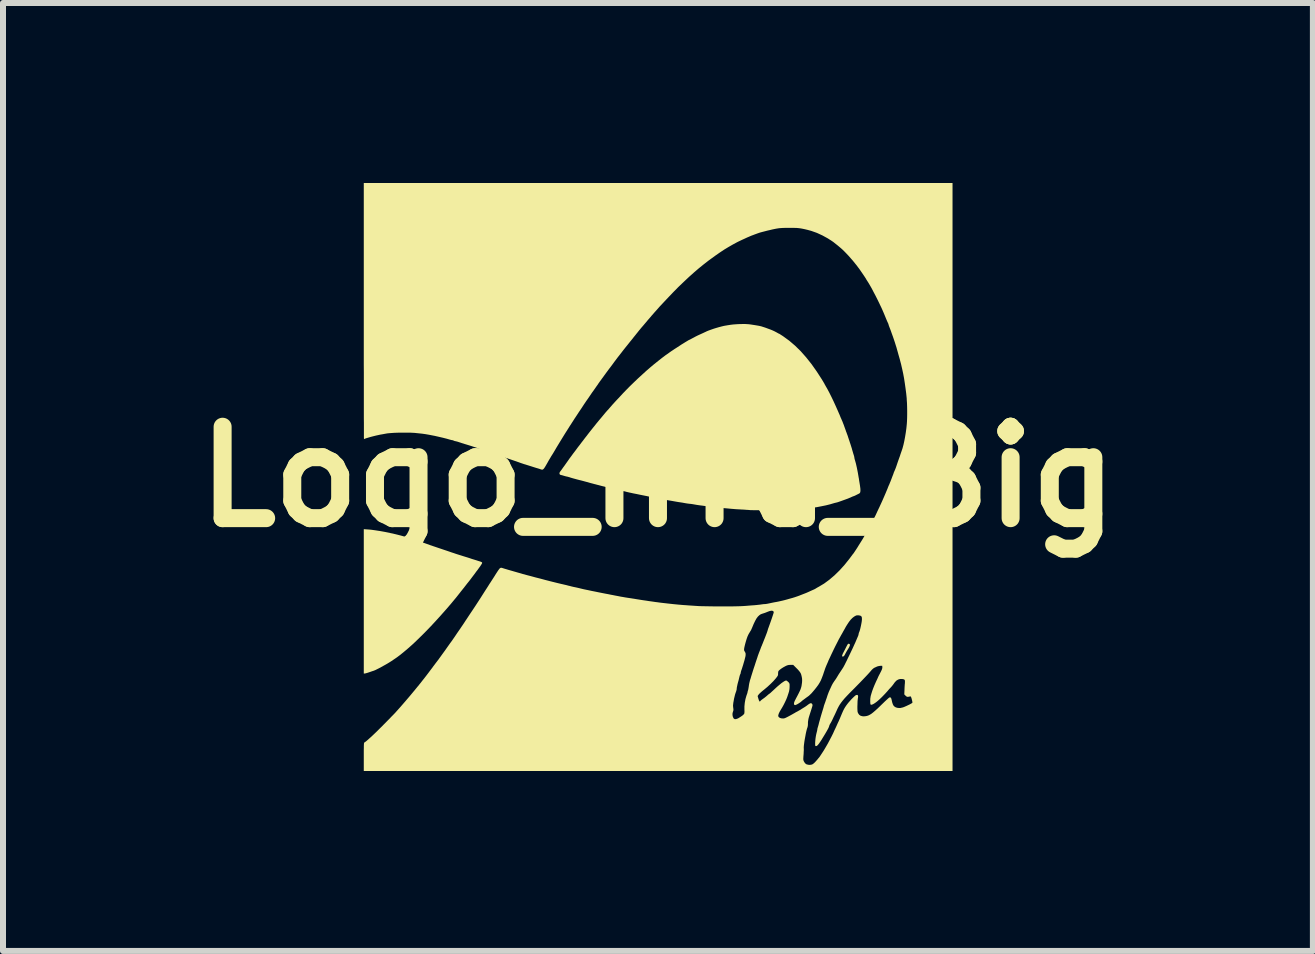
<source format=kicad_pcb>
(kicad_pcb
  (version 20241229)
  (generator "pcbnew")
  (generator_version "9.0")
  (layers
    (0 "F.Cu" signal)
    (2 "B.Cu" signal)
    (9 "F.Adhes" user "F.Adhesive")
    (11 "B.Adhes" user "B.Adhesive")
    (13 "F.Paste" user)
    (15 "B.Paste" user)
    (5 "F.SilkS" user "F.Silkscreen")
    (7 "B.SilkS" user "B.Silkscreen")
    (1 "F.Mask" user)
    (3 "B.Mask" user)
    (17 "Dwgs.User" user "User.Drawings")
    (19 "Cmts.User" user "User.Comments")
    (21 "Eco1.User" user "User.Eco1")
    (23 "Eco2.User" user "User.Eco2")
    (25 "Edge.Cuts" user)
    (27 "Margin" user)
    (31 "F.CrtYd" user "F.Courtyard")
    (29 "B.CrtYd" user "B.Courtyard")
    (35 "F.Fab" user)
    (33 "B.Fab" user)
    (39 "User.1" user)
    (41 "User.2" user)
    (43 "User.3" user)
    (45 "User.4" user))
  (footprint "Logo_Irfu_Big"
    (layer "F.Cu")
    (at 7.918 4.898)
    (property "Reference" "Logo_Irfu_Big" (at 0 0 0) (layer "F.SilkS") (effects (font (size 1.524 1.524) (thickness 0.3))))
    (attr board_only exclude_from_pos_files exclude_from_bom)
    (fp_poly (pts (xy 3.182 2.783) (xy 3.195 2.788) (xy 3.2 2.799) (xy 3.197 2.817) (xy 3.186 2.842) (xy 3.166 2.876) (xy 3.159 2.886) (xy 3.145 2.909) (xy 3.132 2.933) (xy 3.123 2.949) (xy 3.109 2.976) (xy 3.095 2.992) (xy 3.082 2.997) (xy 3.08 2.997) (xy 3.071 2.993) (xy 3.069 2.984) (xy 3.072 2.972) (xy 3.079 2.953) (xy 3.089 2.932) (xy 3.09 2.931) (xy 3.102 2.908) (xy 3.117 2.879) (xy 3.132 2.849) (xy 3.138 2.837) (xy 3.151 2.812) (xy 3.16 2.796) (xy 3.167 2.787) (xy 3.174 2.783) (xy 3.181 2.783)) (stroke (width 0) (type solid)) (fill yes) (layer "F.SilkS"))
    (fp_poly (pts (xy -4.845 0.877) (xy -4.783 0.882) (xy -4.711 0.892) (xy -4.633 0.904) (xy -4.55 0.919) (xy -4.465 0.937) (xy -4.379 0.956) (xy -4.295 0.977) (xy -4.216 0.999) (xy -4.148 1.019) (xy -4.117 1.029) (xy -4.083 1.04) (xy -4.052 1.05) (xy -4.049 1.051) (xy -4.025 1.059) (xy -3.993 1.07) (xy -3.958 1.082) (xy -3.924 1.094) (xy -3.924 1.094) (xy -3.889 1.106) (xy -3.853 1.119) (xy -3.82 1.13) (xy -3.795 1.14) (xy -3.776 1.146) (xy -3.748 1.156) (xy -3.712 1.168) (xy -3.671 1.182) (xy -3.626 1.197) (xy -3.579 1.213) (xy -3.567 1.217) (xy -3.522 1.232) (xy -3.481 1.246) (xy -3.444 1.259) (xy -3.413 1.269) (xy -3.389 1.277) (xy -3.375 1.282) (xy -3.372 1.283) (xy -3.36 1.287) (xy -3.338 1.294) (xy -3.309 1.303) (xy -3.274 1.314) (xy -3.236 1.326) (xy -3.197 1.338) (xy -3.168 1.347) (xy -3.146 1.354) (xy -3.125 1.361) (xy -3.117 1.364) (xy -3.099 1.37) (xy -3.076 1.377) (xy -3.066 1.38) (xy -3.024 1.393) (xy -2.991 1.404) (xy -2.967 1.411) (xy -2.951 1.417) (xy -2.94 1.422) (xy -2.935 1.426) (xy -2.932 1.429) (xy -2.931 1.434) (xy -2.931 1.436) (xy -2.935 1.447) (xy -2.946 1.465) (xy -2.963 1.491) (xy -2.985 1.521) (xy -2.99 1.528) (xy -3.01 1.556) (xy -3.029 1.58) (xy -3.044 1.601) (xy -3.054 1.615) (xy -3.057 1.619) (xy -3.07 1.636) (xy -3.089 1.661) (xy -3.113 1.693) (xy -3.142 1.731) (xy -3.175 1.772) (xy -3.21 1.817) (xy -3.246 1.863) (xy -3.283 1.909) (xy -3.319 1.955) (xy -3.353 1.998) (xy -3.385 2.037) (xy -3.414 2.072) (xy -3.437 2.1) (xy -3.441 2.105) (xy -3.525 2.203) (xy -3.611 2.3) (xy -3.697 2.395) (xy -3.783 2.488) (xy -3.868 2.576) (xy -3.951 2.659) (xy -4.03 2.736) (xy -4.105 2.806) (xy -4.174 2.867) (xy -4.206 2.894) (xy -4.243 2.925) (xy -4.274 2.95) (xy -4.3 2.971) (xy -4.324 2.989) (xy -4.348 3.007) (xy -4.374 3.025) (xy -4.405 3.046) (xy -4.443 3.072) (xy -4.445 3.073) (xy -4.47 3.089) (xy -4.501 3.108) (xy -4.537 3.129) (xy -4.575 3.15) (xy -4.613 3.171) (xy -4.65 3.191) (xy -4.684 3.208) (xy -4.712 3.222) (xy -4.732 3.23) (xy -4.739 3.233) (xy -4.749 3.236) (xy -4.768 3.242) (xy -4.793 3.251) (xy -4.814 3.258) (xy -4.841 3.267) (xy -4.865 3.274) (xy -4.882 3.278) (xy -4.89 3.279) (xy -4.904 3.279) (xy -4.904 0.873)) (stroke (width 0) (type solid)) (fill yes) (layer "F.SilkS"))
    (fp_poly (pts (xy 1.454 -2.547) (xy 1.485 -2.545) (xy 1.515 -2.543) (xy 1.546 -2.539) (xy 1.565 -2.536) (xy 1.611 -2.529) (xy 1.648 -2.523) (xy 1.676 -2.518) (xy 1.697 -2.514) (xy 1.713 -2.51) (xy 1.726 -2.507) (xy 1.728 -2.506) (xy 1.787 -2.487) (xy 1.836 -2.469) (xy 1.877 -2.454) (xy 1.911 -2.44) (xy 1.941 -2.426) (xy 1.968 -2.412) (xy 1.979 -2.406) (xy 1.997 -2.396) (xy 2.011 -2.388) (xy 2.017 -2.386) (xy 2.024 -2.383) (xy 2.038 -2.374) (xy 2.058 -2.361) (xy 2.083 -2.345) (xy 2.09 -2.34) (xy 2.189 -2.268) (xy 2.285 -2.186) (xy 2.379 -2.094) (xy 2.47 -1.991) (xy 2.56 -1.878) (xy 2.648 -1.753) (xy 2.736 -1.617) (xy 2.736 -1.616) (xy 2.751 -1.592) (xy 2.763 -1.571) (xy 2.772 -1.556) (xy 2.776 -1.549) (xy 2.776 -1.549) (xy 2.778 -1.543) (xy 2.786 -1.53) (xy 2.794 -1.515) (xy 2.824 -1.463) (xy 2.857 -1.401) (xy 2.892 -1.331) (xy 2.928 -1.256) (xy 2.964 -1.177) (xy 3 -1.096) (xy 3.015 -1.061) (xy 3.028 -1.032) (xy 3.039 -1.004) (xy 3.048 -0.982) (xy 3.055 -0.968) (xy 3.055 -0.967) (xy 3.064 -0.946) (xy 3.072 -0.928) (xy 3.078 -0.914) (xy 3.086 -0.892) (xy 3.097 -0.865) (xy 3.107 -0.836) (xy 3.117 -0.809) (xy 3.125 -0.786) (xy 3.13 -0.773) (xy 3.134 -0.759) (xy 3.142 -0.74) (xy 3.147 -0.725) (xy 3.156 -0.701) (xy 3.165 -0.677) (xy 3.168 -0.665) (xy 3.174 -0.648) (xy 3.182 -0.623) (xy 3.192 -0.595) (xy 3.197 -0.578) (xy 3.208 -0.546) (xy 3.22 -0.508) (xy 3.232 -0.47) (xy 3.237 -0.45) (xy 3.246 -0.42) (xy 3.254 -0.392) (xy 3.261 -0.37) (xy 3.265 -0.358) (xy 3.27 -0.34) (xy 3.273 -0.325) (xy 3.273 -0.323) (xy 3.275 -0.31) (xy 3.279 -0.291) (xy 3.282 -0.283) (xy 3.299 -0.223) (xy 3.315 -0.153) (xy 3.331 -0.072) (xy 3.346 0.016) (xy 3.348 0.024) (xy 3.353 0.06) (xy 3.359 0.096) (xy 3.364 0.127) (xy 3.368 0.151) (xy 3.369 0.16) (xy 3.374 0.199) (xy 3.375 0.232) (xy 3.372 0.256) (xy 3.365 0.27) (xy 3.365 0.271) (xy 3.356 0.277) (xy 3.34 0.286) (xy 3.319 0.296) (xy 3.298 0.307) (xy 3.279 0.316) (xy 3.264 0.322) (xy 3.258 0.324) (xy 3.251 0.326) (xy 3.237 0.332) (xy 3.217 0.341) (xy 3.214 0.343) (xy 3.194 0.351) (xy 3.166 0.363) (xy 3.133 0.375) (xy 3.097 0.388) (xy 3.061 0.401) (xy 3.027 0.413) (xy 2.998 0.423) (xy 2.976 0.429) (xy 2.967 0.431) (xy 2.946 0.436) (xy 2.925 0.442) (xy 2.867 0.459) (xy 2.799 0.476) (xy 2.725 0.491) (xy 2.647 0.506) (xy 2.568 0.518) (xy 2.543 0.522) (xy 2.513 0.526) (xy 2.484 0.529) (xy 2.456 0.533) (xy 2.426 0.536) (xy 2.392 0.539) (xy 2.352 0.543) (xy 2.304 0.547) (xy 2.247 0.551) (xy 2.245 0.551) (xy 2.229 0.552) (xy 2.203 0.553) (xy 2.169 0.554) (xy 2.127 0.555) (xy 2.08 0.555) (xy 2.028 0.556) (xy 1.973 0.556) (xy 1.916 0.557) (xy 1.859 0.557) (xy 1.802 0.557) (xy 1.747 0.557) (xy 1.696 0.557) (xy 1.649 0.557) (xy 1.609 0.557) (xy 1.575 0.556) (xy 1.55 0.556) (xy 1.535 0.555) (xy 1.532 0.555) (xy 1.524 0.554) (xy 1.506 0.552) (xy 1.481 0.551) (xy 1.448 0.548) (xy 1.412 0.546) (xy 1.403 0.546) (xy 1.36 0.543) (xy 1.317 0.541) (xy 1.277 0.538) (xy 1.242 0.535) (xy 1.217 0.533) (xy 1.145 0.526) (xy 1.085 0.521) (xy 1.034 0.516) (xy 0.993 0.512) (xy 0.96 0.509) (xy 0.934 0.506) (xy 0.915 0.504) (xy 0.901 0.502) (xy 0.892 0.501) (xy 0.887 0.5) (xy 0.875 0.498) (xy 0.855 0.496) (xy 0.828 0.492) (xy 0.8 0.489) (xy 0.742 0.481) (xy 0.693 0.475) (xy 0.652 0.469) (xy 0.617 0.463) (xy 0.589 0.458) (xy 0.564 0.454) (xy 0.542 0.451) (xy 0.526 0.45) (xy 0.526 0.45) (xy 0.511 0.448) (xy 0.488 0.445) (xy 0.463 0.441) (xy 0.462 0.441) (xy 0.435 0.436) (xy 0.402 0.43) (xy 0.368 0.425) (xy 0.354 0.423) (xy 0.317 0.417) (xy 0.272 0.409) (xy 0.222 0.4) (xy 0.172 0.392) (xy 0.125 0.383) (xy 0.093 0.377) (xy 0.068 0.372) (xy 0.043 0.368) (xy 0.03 0.365) (xy 0.01 0.362) (xy -0.016 0.357) (xy -0.042 0.351) (xy -0.065 0.347) (xy -0.089 0.342) (xy -0.116 0.336) (xy -0.147 0.33) (xy -0.184 0.322) (xy -0.229 0.313) (xy -0.284 0.302) (xy -0.294 0.3) (xy -0.356 0.287) (xy -0.408 0.277) (xy -0.449 0.268) (xy -0.482 0.261) (xy -0.507 0.255) (xy -0.525 0.251) (xy -0.538 0.247) (xy -0.543 0.246) (xy -0.561 0.241) (xy -0.574 0.24) (xy -0.589 0.238) (xy -0.608 0.233) (xy -0.617 0.231) (xy -0.631 0.227) (xy -0.655 0.221) (xy -0.686 0.213) (xy -0.721 0.205) (xy -0.76 0.196) (xy -0.764 0.194) (xy -0.804 0.185) (xy -0.843 0.176) (xy -0.879 0.167) (xy -0.908 0.16) (xy -0.929 0.155) (xy -0.929 0.155) (xy -0.956 0.148) (xy -0.989 0.139) (xy -1.022 0.131) (xy -1.031 0.128) (xy -1.06 0.121) (xy -1.089 0.113) (xy -1.112 0.107) (xy -1.12 0.105) (xy -1.145 0.098) (xy -1.171 0.09) (xy -1.199 0.083) (xy -1.232 0.074) (xy -1.273 0.063) (xy -1.31 0.054) (xy -1.36 0.041) (xy -1.4 0.03) (xy -1.432 0.021) (xy -1.459 0.013) (xy -1.482 0.005) (xy -1.484 0.005) (xy -1.501 -0.000214) (xy -1.523 -0.005) (xy -1.529 -0.006) (xy -1.552 -0.012) (xy -1.575 -0.019) (xy -1.58 -0.02) (xy -1.598 -0.026) (xy -1.613 -0.029) (xy -1.616 -0.03) (xy -1.632 -0.035) (xy -1.641 -0.047) (xy -1.642 -0.064) (xy -1.635 -0.081) (xy -1.634 -0.082) (xy -1.628 -0.09) (xy -1.616 -0.106) (xy -1.6 -0.128) (xy -1.582 -0.154) (xy -1.561 -0.182) (xy -1.54 -0.212) (xy -1.521 -0.239) (xy -1.503 -0.264) (xy -1.489 -0.284) (xy -1.483 -0.293) (xy -1.474 -0.306) (xy -1.458 -0.327) (xy -1.438 -0.354) (xy -1.415 -0.386) (xy -1.388 -0.421) (xy -1.361 -0.457) (xy -1.334 -0.494) (xy -1.307 -0.528) (xy -1.283 -0.56) (xy -1.263 -0.587) (xy -1.262 -0.587) (xy -1.243 -0.612) (xy -1.222 -0.64) (xy -1.201 -0.667) (xy -1.199 -0.669) (xy -1.174 -0.702) (xy -1.146 -0.738) (xy -1.116 -0.776) (xy -1.085 -0.815) (xy -1.054 -0.853) (xy -1.026 -0.889) (xy -1 -0.92) (xy -0.979 -0.946) (xy -0.964 -0.964) (xy -0.96 -0.968) (xy -0.95 -0.98) (xy -0.934 -0.999) (xy -0.916 -1.021) (xy -0.9 -1.04) (xy -0.882 -1.062) (xy -0.866 -1.081) (xy -0.854 -1.094) (xy -0.849 -1.1) (xy -0.843 -1.107) (xy -0.83 -1.12) (xy -0.813 -1.14) (xy -0.793 -1.163) (xy -0.783 -1.174) (xy -0.761 -1.2) (xy -0.739 -1.224) (xy -0.721 -1.244) (xy -0.708 -1.258) (xy -0.705 -1.261) (xy -0.696 -1.271) (xy -0.68 -1.288) (xy -0.658 -1.311) (xy -0.633 -1.338) (xy -0.605 -1.368) (xy -0.586 -1.389) (xy -0.532 -1.445) (xy -0.471 -1.507) (xy -0.404 -1.572) (xy -0.335 -1.638) (xy -0.264 -1.703) (xy -0.195 -1.766) (xy -0.128 -1.824) (xy -0.067 -1.875) (xy -0.054 -1.885) (xy -0.021 -1.912) (xy 0.013 -1.939) (xy 0.047 -1.966) (xy 0.078 -1.99) (xy 0.105 -2.01) (xy 0.124 -2.025) (xy 0.129 -2.028) (xy 0.146 -2.04) (xy 0.168 -2.055) (xy 0.191 -2.072) (xy 0.195 -2.075) (xy 0.218 -2.091) (xy 0.248 -2.111) (xy 0.281 -2.133) (xy 0.317 -2.156) (xy 0.354 -2.18) (xy 0.39 -2.204) (xy 0.426 -2.226) (xy 0.458 -2.246) (xy 0.485 -2.262) (xy 0.506 -2.275) (xy 0.52 -2.282) (xy 0.525 -2.284) (xy 0.531 -2.287) (xy 0.545 -2.294) (xy 0.565 -2.305) (xy 0.59 -2.318) (xy 0.592 -2.319) (xy 0.625 -2.337) (xy 0.663 -2.356) (xy 0.7 -2.373) (xy 0.72 -2.382) (xy 0.746 -2.394) (xy 0.768 -2.404) (xy 0.784 -2.412) (xy 0.792 -2.415) (xy 0.814 -2.426) (xy 0.846 -2.439) (xy 0.885 -2.453) (xy 0.928 -2.468) (xy 0.973 -2.482) (xy 1.018 -2.495) (xy 1.06 -2.506) (xy 1.097 -2.515) (xy 1.113 -2.518) (xy 1.166 -2.527) (xy 1.211 -2.534) (xy 1.252 -2.539) (xy 1.293 -2.542) (xy 1.336 -2.545) (xy 1.373 -2.546) (xy 1.418 -2.547)) (stroke (width 0) (type solid)) (fill yes) (layer "F.SilkS"))
    (fp_poly (pts (xy 4.91 4.904) (xy -4.904 4.904) (xy -4.904 4.667) (xy -4.904 4.607) (xy -4.904 4.557) (xy -4.903 4.518) (xy -4.903 4.487) (xy -4.902 4.464) (xy -4.901 4.448) (xy -4.899 4.437) (xy -4.897 4.431) (xy -4.895 4.429) (xy -4.895 4.429) (xy -4.885 4.423) (xy -4.867 4.41) (xy -4.842 4.389) (xy -4.811 4.361) (xy -4.774 4.328) (xy -4.733 4.289) (xy -4.688 4.246) (xy -4.641 4.199) (xy -4.59 4.149) (xy -4.583 4.141) (xy -4.545 4.103) (xy -4.508 4.065) (xy -4.474 4.031) (xy -4.444 3.999) (xy -4.418 3.973) (xy -4.415 3.97) (xy 1.242 3.97) (xy 1.248 4) (xy 1.26 4.025) (xy 1.264 4.03) (xy 1.279 4.039) (xy 1.301 4.039) (xy 1.327 4.03) (xy 1.333 4.028) (xy 1.356 4.014) (xy 1.381 3.998) (xy 1.405 3.982) (xy 1.423 3.966) (xy 1.435 3.954) (xy 1.435 3.954) (xy 1.439 3.944) (xy 1.441 3.929) (xy 1.442 3.908) (xy 1.441 3.884) (xy 1.441 3.828) (xy 1.447 3.767) (xy 1.458 3.706) (xy 1.473 3.654) (xy 1.661 3.654) (xy 1.674 3.7) (xy 1.683 3.727) (xy 1.692 3.743) (xy 1.699 3.747) (xy 1.705 3.74) (xy 1.706 3.738) (xy 1.712 3.731) (xy 1.726 3.719) (xy 1.745 3.705) (xy 1.752 3.7) (xy 1.777 3.682) (xy 1.802 3.662) (xy 1.823 3.644) (xy 1.825 3.642) (xy 1.841 3.628) (xy 1.853 3.619) (xy 1.859 3.615) (xy 1.865 3.611) (xy 1.878 3.6) (xy 1.896 3.583) (xy 1.919 3.562) (xy 1.945 3.538) (xy 1.947 3.536) (xy 1.987 3.499) (xy 2.025 3.467) (xy 2.059 3.439) (xy 2.089 3.418) (xy 2.114 3.403) (xy 2.132 3.396) (xy 2.14 3.396) (xy 2.152 3.403) (xy 2.166 3.415) (xy 2.173 3.421) (xy 2.183 3.432) (xy 2.189 3.442) (xy 2.193 3.453) (xy 2.194 3.469) (xy 2.194 3.494) (xy 2.194 3.495) (xy 2.193 3.522) (xy 2.19 3.549) (xy 2.185 3.576) (xy 2.175 3.609) (xy 2.162 3.648) (xy 2.154 3.672) (xy 2.138 3.712) (xy 2.117 3.757) (xy 2.094 3.803) (xy 2.07 3.846) (xy 2.053 3.874) (xy 2.032 3.909) (xy 2.016 3.941) (xy 2.007 3.968) (xy 2.004 3.987) (xy 2.005 3.991) (xy 2.015 4.007) (xy 2.034 4.02) (xy 2.06 4.027) (xy 2.079 4.028) (xy 2.093 4.028) (xy 2.106 4.026) (xy 2.121 4.021) (xy 2.14 4.012) (xy 2.166 3.999) (xy 2.19 3.986) (xy 2.218 3.971) (xy 2.243 3.957) (xy 2.262 3.946) (xy 2.273 3.94) (xy 2.275 3.939) (xy 2.283 3.934) (xy 2.298 3.925) (xy 2.319 3.914) (xy 2.329 3.909) (xy 2.351 3.896) (xy 2.371 3.885) (xy 2.383 3.878) (xy 2.386 3.876) (xy 2.395 3.869) (xy 2.412 3.859) (xy 2.431 3.847) (xy 2.432 3.847) (xy 2.457 3.831) (xy 2.484 3.812) (xy 2.503 3.797) (xy 2.527 3.781) (xy 2.545 3.774) (xy 2.558 3.775) (xy 2.568 3.785) (xy 2.571 3.79) (xy 2.575 3.797) (xy 2.576 3.805) (xy 2.575 3.816) (xy 2.571 3.831) (xy 2.564 3.854) (xy 2.555 3.883) (xy 2.539 3.933) (xy 2.526 3.974) (xy 2.516 4.006) (xy 2.509 4.033) (xy 2.505 4.055) (xy 2.502 4.074) (xy 2.5 4.092) (xy 2.5 4.11) (xy 2.5 4.112) (xy 2.499 4.141) (xy 2.495 4.165) (xy 2.492 4.177) (xy 2.486 4.193) (xy 2.479 4.217) (xy 2.471 4.25) (xy 2.463 4.287) (xy 2.456 4.327) (xy 2.448 4.369) (xy 2.441 4.41) (xy 2.436 4.448) (xy 2.432 4.48) (xy 2.43 4.506) (xy 2.43 4.522) (xy 2.43 4.524) (xy 2.431 4.536) (xy 2.431 4.557) (xy 2.429 4.585) (xy 2.428 4.617) (xy 2.427 4.629) (xy 2.424 4.664) (xy 2.423 4.689) (xy 2.422 4.706) (xy 2.424 4.719) (xy 2.426 4.73) (xy 2.431 4.741) (xy 2.434 4.747) (xy 2.451 4.774) (xy 2.474 4.792) (xy 2.504 4.8) (xy 2.525 4.802) (xy 2.551 4.8) (xy 2.572 4.794) (xy 2.583 4.787) (xy 2.599 4.775) (xy 2.618 4.757) (xy 2.635 4.738) (xy 2.652 4.719) (xy 2.667 4.701) (xy 2.677 4.688) (xy 2.678 4.688) (xy 2.694 4.668) (xy 2.714 4.638) (xy 2.737 4.603) (xy 2.763 4.563) (xy 2.788 4.521) (xy 2.813 4.478) (xy 2.836 4.438) (xy 2.844 4.422) (xy 2.858 4.396) (xy 2.872 4.369) (xy 2.881 4.352) (xy 2.891 4.333) (xy 2.904 4.307) (xy 2.919 4.277) (xy 2.931 4.25) (xy 2.945 4.219) (xy 2.96 4.188) (xy 2.973 4.16) (xy 2.981 4.142) (xy 2.992 4.117) (xy 3.004 4.091) (xy 3.013 4.073) (xy 3.021 4.054) (xy 3.033 4.027) (xy 3.044 4) (xy 3.047 3.993) (xy 3.068 3.943) (xy 3.086 3.902) (xy 3.103 3.868) (xy 3.121 3.838) (xy 3.14 3.81) (xy 3.161 3.782) (xy 3.177 3.762) (xy 3.201 3.735) (xy 3.225 3.708) (xy 3.25 3.683) (xy 3.272 3.662) (xy 3.29 3.646) (xy 3.303 3.638) (xy 3.304 3.638) (xy 3.321 3.635) (xy 3.332 3.642) (xy 3.336 3.659) (xy 3.334 3.686) (xy 3.332 3.692) (xy 3.33 3.71) (xy 3.327 3.737) (xy 3.326 3.77) (xy 3.325 3.805) (xy 3.324 3.822) (xy 3.324 3.859) (xy 3.325 3.886) (xy 3.326 3.905) (xy 3.328 3.92) (xy 3.332 3.931) (xy 3.336 3.941) (xy 3.337 3.942) (xy 3.354 3.967) (xy 3.377 3.983) (xy 3.406 3.991) (xy 3.428 3.993) (xy 3.455 3.991) (xy 3.479 3.987) (xy 3.503 3.98) (xy 3.528 3.968) (xy 3.555 3.952) (xy 3.585 3.929) (xy 3.619 3.9) (xy 3.659 3.864) (xy 3.705 3.82) (xy 3.721 3.804) (xy 3.753 3.773) (xy 3.783 3.744) (xy 3.81 3.719) (xy 3.832 3.699) (xy 3.848 3.685) (xy 3.857 3.678) (xy 3.858 3.678) (xy 3.872 3.676) (xy 3.883 3.684) (xy 3.891 3.701) (xy 3.897 3.727) (xy 3.905 3.762) (xy 3.915 3.792) (xy 3.928 3.816) (xy 3.937 3.826) (xy 3.965 3.844) (xy 4 3.853) (xy 4.039 3.854) (xy 4.079 3.845) (xy 4.1 3.838) (xy 4.137 3.822) (xy 4.171 3.806) (xy 4.2 3.792) (xy 4.223 3.779) (xy 4.237 3.77) (xy 4.241 3.766) (xy 4.241 3.756) (xy 4.238 3.738) (xy 4.233 3.717) (xy 4.227 3.694) (xy 4.22 3.674) (xy 4.22 3.673) (xy 4.212 3.661) (xy 4.204 3.66) (xy 4.203 3.66) (xy 4.191 3.664) (xy 4.173 3.667) (xy 4.171 3.667) (xy 4.156 3.668) (xy 4.144 3.663) (xy 4.131 3.652) (xy 4.127 3.649) (xy 4.106 3.627) (xy 4.109 3.557) (xy 4.11 3.523) (xy 4.112 3.488) (xy 4.114 3.458) (xy 4.116 3.441) (xy 4.117 3.412) (xy 4.115 3.392) (xy 4.107 3.38) (xy 4.092 3.374) (xy 4.069 3.37) (xy 4.069 3.37) (xy 4.033 3.371) (xy 4.003 3.38) (xy 3.975 3.397) (xy 3.948 3.425) (xy 3.933 3.446) (xy 3.917 3.468) (xy 3.897 3.493) (xy 3.876 3.516) (xy 3.876 3.516) (xy 3.856 3.537) (xy 3.837 3.559) (xy 3.821 3.578) (xy 3.82 3.579) (xy 3.808 3.592) (xy 3.79 3.612) (xy 3.767 3.636) (xy 3.742 3.662) (xy 3.725 3.679) (xy 3.687 3.715) (xy 3.651 3.746) (xy 3.619 3.77) (xy 3.59 3.788) (xy 3.567 3.798) (xy 3.553 3.8) (xy 3.547 3.798) (xy 3.543 3.793) (xy 3.54 3.783) (xy 3.539 3.765) (xy 3.538 3.747) (xy 3.539 3.698) (xy 3.546 3.654) (xy 3.546 3.654) (xy 3.557 3.616) (xy 3.571 3.571) (xy 3.589 3.522) (xy 3.608 3.475) (xy 3.627 3.432) (xy 3.629 3.427) (xy 3.642 3.399) (xy 3.655 3.372) (xy 3.665 3.35) (xy 3.668 3.342) (xy 3.677 3.323) (xy 3.684 3.309) (xy 3.687 3.303) (xy 3.692 3.294) (xy 3.701 3.277) (xy 3.712 3.255) (xy 3.717 3.246) (xy 3.73 3.218) (xy 3.737 3.198) (xy 3.74 3.182) (xy 3.74 3.174) (xy 3.738 3.15) (xy 3.707 3.151) (xy 3.684 3.154) (xy 3.66 3.16) (xy 3.653 3.162) (xy 3.632 3.172) (xy 3.609 3.182) (xy 3.606 3.184) (xy 3.586 3.197) (xy 3.563 3.219) (xy 3.546 3.239) (xy 3.525 3.263) (xy 3.496 3.295) (xy 3.461 3.332) (xy 3.42 3.375) (xy 3.375 3.422) (xy 3.326 3.472) (xy 3.274 3.525) (xy 3.25 3.549) (xy 3.196 3.603) (xy 3.15 3.651) (xy 3.111 3.693) (xy 3.079 3.731) (xy 3.052 3.766) (xy 3.029 3.799) (xy 3.01 3.832) (xy 2.993 3.865) (xy 2.987 3.878) (xy 2.974 3.907) (xy 2.959 3.94) (xy 2.945 3.97) (xy 2.944 3.972) (xy 2.931 3.998) (xy 2.919 4.024) (xy 2.909 4.046) (xy 2.907 4.049) (xy 2.896 4.072) (xy 2.882 4.098) (xy 2.874 4.111) (xy 2.863 4.13) (xy 2.856 4.147) (xy 2.854 4.156) (xy 2.85 4.167) (xy 2.842 4.187) (xy 2.828 4.213) (xy 2.81 4.245) (xy 2.789 4.281) (xy 2.766 4.319) (xy 2.742 4.358) (xy 2.718 4.397) (xy 2.693 4.434) (xy 2.684 4.447) (xy 2.664 4.472) (xy 2.646 4.487) (xy 2.631 4.489) (xy 2.625 4.487) (xy 2.621 4.478) (xy 2.62 4.46) (xy 2.62 4.434) (xy 2.622 4.404) (xy 2.625 4.37) (xy 2.63 4.335) (xy 2.636 4.301) (xy 2.643 4.271) (xy 2.647 4.256) (xy 2.652 4.236) (xy 2.655 4.22) (xy 2.656 4.215) (xy 2.657 4.202) (xy 2.662 4.183) (xy 2.664 4.177) (xy 2.669 4.16) (xy 2.676 4.136) (xy 2.683 4.107) (xy 2.688 4.088) (xy 2.697 4.057) (xy 2.707 4.02) (xy 2.718 3.982) (xy 2.729 3.945) (xy 2.739 3.912) (xy 2.747 3.886) (xy 2.752 3.87) (xy 2.758 3.85) (xy 2.763 3.831) (xy 2.768 3.812) (xy 2.774 3.795) (xy 2.774 3.795) (xy 2.777 3.787) (xy 2.78 3.778) (xy 2.785 3.765) (xy 2.791 3.748) (xy 2.799 3.723) (xy 2.811 3.69) (xy 2.815 3.678) (xy 2.827 3.64) (xy 2.838 3.611) (xy 2.847 3.587) (xy 2.857 3.565) (xy 2.861 3.555) (xy 2.88 3.514) (xy 2.895 3.481) (xy 2.908 3.456) (xy 2.92 3.435) (xy 2.932 3.418) (xy 2.938 3.408) (xy 2.954 3.386) (xy 2.969 3.364) (xy 2.979 3.348) (xy 3.014 3.29) (xy 3.054 3.23) (xy 3.063 3.216) (xy 3.073 3.201) (xy 3.082 3.187) (xy 3.092 3.171) (xy 3.102 3.152) (xy 3.114 3.13) (xy 3.128 3.101) (xy 3.146 3.066) (xy 3.167 3.021) (xy 3.179 2.997) (xy 3.205 2.943) (xy 3.227 2.897) (xy 3.245 2.859) (xy 3.261 2.824) (xy 3.275 2.793) (xy 3.289 2.763) (xy 3.3 2.737) (xy 3.312 2.709) (xy 3.323 2.683) (xy 3.332 2.662) (xy 3.337 2.651) (xy 3.342 2.634) (xy 3.345 2.62) (xy 3.345 2.619) (xy 3.348 2.604) (xy 3.352 2.594) (xy 3.359 2.577) (xy 3.367 2.552) (xy 3.375 2.52) (xy 3.383 2.484) (xy 3.39 2.449) (xy 3.396 2.416) (xy 3.399 2.388) (xy 3.4 2.377) (xy 3.399 2.348) (xy 3.393 2.329) (xy 3.379 2.317) (xy 3.356 2.311) (xy 3.341 2.309) (xy 3.322 2.309) (xy 3.307 2.311) (xy 3.293 2.317) (xy 3.274 2.328) (xy 3.27 2.33) (xy 3.242 2.352) (xy 3.213 2.381) (xy 3.184 2.418) (xy 3.153 2.465) (xy 3.132 2.499) (xy 3.127 2.508) (xy 3.118 2.525) (xy 3.105 2.548) (xy 3.09 2.574) (xy 3.088 2.578) (xy 3.071 2.609) (xy 3.053 2.64) (xy 3.037 2.669) (xy 3.026 2.689) (xy 3.013 2.712) (xy 2.997 2.744) (xy 2.977 2.783) (xy 2.955 2.826) (xy 2.932 2.873) (xy 2.91 2.919) (xy 2.888 2.965) (xy 2.869 3.006) (xy 2.852 3.042) (xy 2.839 3.07) (xy 2.839 3.072) (xy 2.827 3.1) (xy 2.816 3.125) (xy 2.807 3.145) (xy 2.803 3.156) (xy 2.796 3.172) (xy 2.788 3.193) (xy 2.782 3.21) (xy 2.775 3.232) (xy 2.765 3.26) (xy 2.755 3.291) (xy 2.749 3.308) (xy 2.731 3.355) (xy 2.714 3.396) (xy 2.694 3.433) (xy 2.671 3.47) (xy 2.642 3.509) (xy 2.607 3.553) (xy 2.606 3.554) (xy 2.578 3.587) (xy 2.556 3.612) (xy 2.535 3.632) (xy 2.516 3.65) (xy 2.494 3.666) (xy 2.47 3.683) (xy 2.446 3.701) (xy 2.423 3.718) (xy 2.404 3.732) (xy 2.398 3.738) (xy 2.377 3.756) (xy 2.352 3.773) (xy 2.328 3.788) (xy 2.306 3.799) (xy 2.289 3.805) (xy 2.284 3.805) (xy 2.274 3.802) (xy 2.269 3.793) (xy 2.267 3.782) (xy 2.268 3.77) (xy 2.272 3.755) (xy 2.28 3.735) (xy 2.294 3.708) (xy 2.302 3.692) (xy 2.327 3.645) (xy 2.347 3.606) (xy 2.362 3.575) (xy 2.374 3.549) (xy 2.382 3.526) (xy 2.388 3.506) (xy 2.393 3.486) (xy 2.395 3.472) (xy 2.401 3.431) (xy 2.403 3.397) (xy 2.402 3.366) (xy 2.397 3.335) (xy 2.394 3.323) (xy 2.388 3.298) (xy 2.38 3.277) (xy 2.368 3.257) (xy 2.352 3.236) (xy 2.33 3.211) (xy 2.307 3.188) (xy 2.254 3.135) (xy 2.21 3.135) (xy 2.184 3.136) (xy 2.164 3.14) (xy 2.144 3.147) (xy 2.127 3.155) (xy 2.087 3.177) (xy 2.056 3.197) (xy 2.031 3.216) (xy 2.022 3.224) (xy 2.011 3.235) (xy 2.005 3.247) (xy 2.003 3.262) (xy 2.002 3.277) (xy 2.002 3.293) (xy 2 3.305) (xy 1.996 3.317) (xy 1.987 3.33) (xy 1.973 3.349) (xy 1.961 3.364) (xy 1.923 3.407) (xy 1.877 3.453) (xy 1.825 3.501) (xy 1.77 3.547) (xy 1.751 3.562) (xy 1.727 3.582) (xy 1.705 3.602) (xy 1.687 3.619) (xy 1.678 3.63) (xy 1.661 3.654) (xy 1.473 3.654) (xy 1.474 3.65) (xy 1.484 3.622) (xy 1.49 3.605) (xy 1.493 3.591) (xy 1.493 3.59) (xy 1.496 3.575) (xy 1.499 3.565) (xy 1.503 3.554) (xy 1.507 3.534) (xy 1.511 3.51) (xy 1.512 3.505) (xy 1.516 3.475) (xy 1.522 3.441) (xy 1.53 3.408) (xy 1.531 3.402) (xy 1.536 3.385) (xy 1.545 3.358) (xy 1.555 3.323) (xy 1.568 3.282) (xy 1.582 3.237) (xy 1.597 3.19) (xy 1.613 3.143) (xy 1.628 3.096) (xy 1.642 3.054) (xy 1.655 3.016) (xy 1.665 2.984) (xy 1.673 2.962) (xy 1.676 2.954) (xy 1.684 2.932) (xy 1.693 2.91) (xy 1.693 2.909) (xy 1.703 2.884) (xy 1.713 2.857) (xy 1.722 2.833) (xy 1.73 2.815) (xy 1.733 2.809) (xy 1.737 2.797) (xy 1.746 2.776) (xy 1.757 2.748) (xy 1.77 2.715) (xy 1.785 2.678) (xy 1.8 2.639) (xy 1.807 2.621) (xy 1.816 2.597) (xy 1.823 2.576) (xy 1.828 2.562) (xy 1.828 2.558) (xy 1.831 2.549) (xy 1.836 2.532) (xy 1.844 2.511) (xy 1.853 2.486) (xy 1.865 2.453) (xy 1.88 2.411) (xy 1.898 2.359) (xy 1.916 2.305) (xy 1.924 2.28) (xy 1.929 2.264) (xy 1.929 2.253) (xy 1.926 2.246) (xy 1.92 2.239) (xy 1.906 2.233) (xy 1.884 2.233) (xy 1.857 2.239) (xy 1.826 2.251) (xy 1.825 2.251) (xy 1.801 2.261) (xy 1.774 2.271) (xy 1.761 2.275) (xy 1.73 2.285) (xy 1.707 2.295) (xy 1.688 2.309) (xy 1.668 2.328) (xy 1.665 2.331) (xy 1.643 2.36) (xy 1.62 2.401) (xy 1.595 2.453) (xy 1.583 2.482) (xy 1.57 2.513) (xy 1.56 2.536) (xy 1.552 2.554) (xy 1.543 2.569) (xy 1.533 2.585) (xy 1.532 2.587) (xy 1.511 2.622) (xy 1.493 2.66) (xy 1.478 2.702) (xy 1.463 2.752) (xy 1.454 2.785) (xy 1.445 2.821) (xy 1.439 2.848) (xy 1.436 2.867) (xy 1.435 2.882) (xy 1.436 2.893) (xy 1.44 2.903) (xy 1.447 2.914) (xy 1.448 2.916) (xy 1.457 2.933) (xy 1.461 2.947) (xy 1.461 2.964) (xy 1.46 2.981) (xy 1.457 2.998) (xy 1.45 3.025) (xy 1.442 3.058) (xy 1.431 3.095) (xy 1.42 3.133) (xy 1.408 3.171) (xy 1.397 3.206) (xy 1.387 3.233) (xy 1.382 3.251) (xy 1.379 3.267) (xy 1.379 3.269) (xy 1.376 3.283) (xy 1.373 3.289) (xy 1.368 3.298) (xy 1.363 3.314) (xy 1.361 3.321) (xy 1.357 3.337) (xy 1.351 3.362) (xy 1.344 3.391) (xy 1.335 3.423) (xy 1.334 3.426) (xy 1.326 3.457) (xy 1.32 3.486) (xy 1.315 3.509) (xy 1.313 3.525) (xy 1.313 3.526) (xy 1.311 3.548) (xy 1.305 3.57) (xy 1.305 3.571) (xy 1.297 3.593) (xy 1.29 3.614) (xy 1.289 3.615) (xy 1.283 3.637) (xy 1.276 3.666) (xy 1.268 3.699) (xy 1.262 3.734) (xy 1.256 3.767) (xy 1.253 3.794) (xy 1.251 3.813) (xy 1.252 3.827) (xy 1.254 3.848) (xy 1.256 3.861) (xy 1.258 3.885) (xy 1.255 3.902) (xy 1.251 3.913) (xy 1.243 3.939) (xy 1.242 3.97) (xy -4.415 3.97) (xy -4.399 3.953) (xy -4.386 3.94) (xy -4.385 3.939) (xy -4.292 3.835) (xy -4.208 3.738) (xy -4.132 3.649) (xy -4.064 3.567) (xy -4.061 3.564) (xy -4.041 3.539) (xy -4.022 3.516) (xy -4.006 3.496) (xy -3.995 3.484) (xy -3.979 3.463) (xy -3.956 3.435) (xy -3.929 3.4) (xy -3.897 3.36) (xy -3.863 3.316) (xy -3.828 3.27) (xy -3.792 3.222) (xy -3.757 3.176) (xy -3.752 3.168) (xy -3.726 3.134) (xy -3.703 3.103) (xy -3.683 3.077) (xy -3.667 3.056) (xy -3.656 3.042) (xy -3.652 3.036) (xy -3.648 3.03) (xy -3.637 3.015) (xy -3.621 2.993) (xy -3.601 2.965) (xy -3.577 2.932) (xy -3.55 2.895) (xy -3.522 2.855) (xy -3.493 2.814) (xy -3.464 2.773) (xy -3.444 2.746) (xy -3.431 2.728) (xy -3.414 2.703) (xy -3.393 2.673) (xy -3.37 2.639) (xy -3.346 2.603) (xy -3.321 2.567) (xy -3.296 2.531) (xy -3.274 2.498) (xy -3.254 2.469) (xy -3.238 2.445) (xy -3.227 2.428) (xy -3.222 2.421) (xy -3.217 2.413) (xy -3.207 2.397) (xy -3.191 2.374) (xy -3.172 2.345) (xy -3.151 2.313) (xy -3.135 2.289) (xy -3.084 2.213) (xy -3.039 2.145) (xy -2.998 2.082) (xy -2.959 2.022) (xy -2.921 1.962) (xy -2.893 1.918) (xy -2.872 1.885) (xy -2.851 1.853) (xy -2.832 1.823) (xy -2.817 1.799) (xy -2.809 1.786) (xy -2.798 1.77) (xy -2.782 1.745) (xy -2.762 1.714) (xy -2.74 1.68) (xy -2.717 1.644) (xy -2.71 1.632) (xy -2.685 1.593) (xy -2.666 1.564) (xy -2.65 1.542) (xy -2.638 1.527) (xy -2.627 1.519) (xy -2.616 1.516) (xy -2.605 1.517) (xy -2.592 1.521) (xy -2.579 1.525) (xy -2.564 1.53) (xy -2.54 1.537) (xy -2.513 1.545) (xy -2.497 1.55) (xy -2.465 1.559) (xy -2.427 1.57) (xy -2.389 1.581) (xy -2.368 1.587) (xy -2.323 1.6) (xy -2.287 1.61) (xy -2.254 1.62) (xy -2.222 1.628) (xy -2.206 1.633) (xy -2.169 1.643) (xy -2.126 1.654) (xy -2.082 1.666) (xy -2.038 1.678) (xy -1.998 1.688) (xy -1.966 1.696) (xy -1.951 1.7) (xy -1.925 1.707) (xy -1.899 1.714) (xy -1.885 1.718) (xy -1.865 1.723) (xy -1.838 1.73) (xy -1.81 1.737) (xy -1.804 1.739) (xy -1.779 1.745) (xy -1.756 1.751) (xy -1.739 1.755) (xy -1.735 1.756) (xy -1.724 1.759) (xy -1.703 1.764) (xy -1.675 1.771) (xy -1.641 1.779) (xy -1.604 1.788) (xy -1.598 1.789) (xy -1.56 1.798) (xy -1.525 1.806) (xy -1.496 1.814) (xy -1.473 1.819) (xy -1.46 1.823) (xy -1.458 1.823) (xy -1.44 1.828) (xy -1.418 1.833) (xy -1.41 1.835) (xy -1.38 1.841) (xy -1.343 1.849) (xy -1.305 1.858) (xy -1.286 1.863) (xy -1.268 1.867) (xy -1.239 1.874) (xy -1.201 1.882) (xy -1.157 1.891) (xy -1.106 1.902) (xy -1.05 1.913) (xy -0.992 1.925) (xy -0.932 1.937) (xy -0.871 1.949) (xy -0.827 1.957) (xy -0.789 1.965) (xy -0.751 1.972) (xy -0.717 1.979) (xy -0.69 1.984) (xy -0.674 1.987) (xy -0.648 1.992) (xy -0.619 1.998) (xy -0.587 2.003) (xy -0.549 2.01) (xy -0.504 2.017) (xy -0.45 2.025) (xy -0.386 2.035) (xy -0.369 2.038) (xy -0.301 2.049) (xy -0.243 2.058) (xy -0.193 2.065) (xy -0.15 2.072) (xy -0.112 2.077) (xy -0.077 2.082) (xy -0.044 2.087) (xy -0.01 2.091) (xy 0.025 2.096) (xy 0.065 2.101) (xy 0.11 2.106) (xy 0.162 2.112) (xy 0.189 2.115) (xy 0.263 2.123) (xy 0.345 2.131) (xy 0.428 2.138) (xy 0.462 2.14) (xy 0.499 2.143) (xy 0.543 2.146) (xy 0.589 2.149) (xy 0.631 2.152) (xy 0.635 2.152) (xy 0.664 2.154) (xy 0.702 2.156) (xy 0.75 2.157) (xy 0.804 2.158) (xy 0.864 2.159) (xy 0.928 2.16) (xy 0.993 2.16) (xy 1.059 2.16) (xy 1.124 2.16) (xy 1.186 2.16) (xy 1.244 2.16) (xy 1.295 2.159) (xy 1.338 2.158) (xy 1.37 2.157) (xy 1.413 2.155) (xy 1.46 2.152) (xy 1.508 2.148) (xy 1.557 2.144) (xy 1.603 2.141) (xy 1.645 2.137) (xy 1.681 2.133) (xy 1.708 2.13) (xy 1.72 2.128) (xy 1.743 2.125) (xy 1.764 2.122) (xy 1.773 2.122) (xy 1.79 2.121) (xy 1.813 2.118) (xy 1.834 2.114) (xy 1.863 2.108) (xy 1.9 2.1) (xy 1.94 2.092) (xy 1.98 2.085) (xy 2.005 2.08) (xy 2.032 2.074) (xy 2.068 2.066) (xy 2.109 2.056) (xy 2.153 2.044) (xy 2.198 2.031) (xy 2.242 2.019) (xy 2.281 2.007) (xy 2.313 1.996) (xy 2.337 1.988) (xy 2.338 1.987) (xy 2.353 1.982) (xy 2.375 1.973) (xy 2.401 1.963) (xy 2.416 1.957) (xy 2.445 1.946) (xy 2.475 1.934) (xy 2.5 1.923) (xy 2.509 1.919) (xy 2.535 1.907) (xy 2.564 1.894) (xy 2.584 1.885) (xy 2.605 1.876) (xy 2.622 1.867) (xy 2.632 1.861) (xy 2.632 1.861) (xy 2.641 1.855) (xy 2.658 1.845) (xy 2.678 1.834) (xy 2.682 1.832) (xy 2.769 1.78) (xy 2.856 1.716) (xy 2.942 1.643) (xy 3.028 1.559) (xy 3.11 1.468) (xy 3.19 1.368) (xy 3.222 1.325) (xy 3.235 1.308) (xy 3.244 1.295) (xy 3.249 1.289) (xy 3.256 1.281) (xy 3.268 1.264) (xy 3.284 1.24) (xy 3.304 1.21) (xy 3.326 1.176) (xy 3.349 1.138) (xy 3.373 1.1) (xy 3.397 1.062) (xy 3.419 1.026) (xy 3.438 0.992) (xy 3.455 0.964) (xy 3.461 0.953) (xy 3.473 0.931) (xy 3.485 0.91) (xy 3.492 0.899) (xy 3.5 0.885) (xy 3.512 0.864) (xy 3.525 0.838) (xy 3.536 0.815) (xy 3.549 0.79) (xy 3.56 0.769) (xy 3.569 0.753) (xy 3.573 0.746) (xy 3.578 0.738) (xy 3.587 0.722) (xy 3.598 0.699) (xy 3.611 0.673) (xy 3.625 0.646) (xy 3.637 0.62) (xy 3.647 0.599) (xy 3.655 0.581) (xy 3.667 0.556) (xy 3.681 0.526) (xy 3.696 0.495) (xy 3.697 0.492) (xy 3.718 0.447) (xy 3.742 0.394) (xy 3.767 0.337) (xy 3.792 0.279) (xy 3.815 0.224) (xy 3.826 0.198) (xy 3.835 0.174) (xy 3.844 0.152) (xy 3.851 0.136) (xy 3.852 0.135) (xy 3.858 0.121) (xy 3.866 0.1) (xy 3.877 0.075) (xy 3.888 0.046) (xy 3.899 0.017) (xy 3.909 -0.01) (xy 3.918 -0.032) (xy 3.924 -0.049) (xy 3.927 -0.057) (xy 3.927 -0.057) (xy 3.929 -0.065) (xy 3.934 -0.078) (xy 3.935 -0.08) (xy 3.95 -0.114) (xy 3.964 -0.149) (xy 3.978 -0.189) (xy 3.981 -0.198) (xy 3.991 -0.228) (xy 4.002 -0.26) (xy 4.012 -0.288) (xy 4.013 -0.291) (xy 4.023 -0.319) (xy 4.034 -0.349) (xy 4.041 -0.372) (xy 4.049 -0.395) (xy 4.057 -0.418) (xy 4.062 -0.432) (xy 4.077 -0.477) (xy 4.092 -0.533) (xy 4.106 -0.596) (xy 4.119 -0.665) (xy 4.131 -0.738) (xy 4.141 -0.811) (xy 4.148 -0.881) (xy 4.151 -0.926) (xy 4.153 -0.98) (xy 4.154 -1.04) (xy 4.154 -1.103) (xy 4.153 -1.167) (xy 4.151 -1.228) (xy 4.147 -1.284) (xy 4.146 -1.31) (xy 4.138 -1.388) (xy 4.127 -1.472) (xy 4.115 -1.557) (xy 4.102 -1.642) (xy 4.087 -1.722) (xy 4.071 -1.796) (xy 4.058 -1.852) (xy 4.053 -1.875) (xy 4.046 -1.901) (xy 4.043 -1.912) (xy 4.038 -1.931) (xy 4.031 -1.959) (xy 4.021 -1.994) (xy 4.01 -2.032) (xy 3.999 -2.072) (xy 3.988 -2.111) (xy 3.978 -2.147) (xy 3.974 -2.161) (xy 3.963 -2.195) (xy 3.95 -2.237) (xy 3.934 -2.285) (xy 3.917 -2.335) (xy 3.899 -2.384) (xy 3.883 -2.43) (xy 3.868 -2.47) (xy 3.858 -2.495) (xy 3.85 -2.516) (xy 3.845 -2.532) (xy 3.843 -2.54) (xy 3.843 -2.54) (xy 3.84 -2.55) (xy 3.834 -2.564) (xy 3.834 -2.564) (xy 3.828 -2.576) (xy 3.819 -2.596) (xy 3.808 -2.622) (xy 3.796 -2.651) (xy 3.794 -2.656) (xy 3.776 -2.7) (xy 3.76 -2.738) (xy 3.746 -2.77) (xy 3.733 -2.8) (xy 3.719 -2.83) (xy 3.703 -2.863) (xy 3.685 -2.901) (xy 3.662 -2.948) (xy 3.659 -2.954) (xy 3.627 -3.018) (xy 3.594 -3.08) (xy 3.564 -3.138) (xy 3.535 -3.189) (xy 3.509 -3.233) (xy 3.488 -3.266) (xy 3.478 -3.281) (xy 3.472 -3.291) (xy 3.471 -3.294) (xy 3.468 -3.3) (xy 3.459 -3.313) (xy 3.447 -3.332) (xy 3.431 -3.356) (xy 3.414 -3.381) (xy 3.397 -3.406) (xy 3.381 -3.429) (xy 3.368 -3.448) (xy 3.359 -3.461) (xy 3.357 -3.464) (xy 3.348 -3.476) (xy 3.334 -3.494) (xy 3.318 -3.516) (xy 3.311 -3.525) (xy 3.281 -3.562) (xy 3.248 -3.603) (xy 3.211 -3.645) (xy 3.174 -3.687) (xy 3.137 -3.726) (xy 3.103 -3.761) (xy 3.073 -3.79) (xy 3.054 -3.807) (xy 3.041 -3.818) (xy 3.022 -3.834) (xy 3.002 -3.851) (xy 2.997 -3.855) (xy 2.919 -3.917) (xy 2.833 -3.973) (xy 2.742 -4.023) (xy 2.649 -4.066) (xy 2.556 -4.099) (xy 2.494 -4.116) (xy 2.448 -4.127) (xy 2.41 -4.135) (xy 2.377 -4.141) (xy 2.346 -4.145) (xy 2.315 -4.148) (xy 2.28 -4.149) (xy 2.238 -4.15) (xy 2.194 -4.15) (xy 2.145 -4.15) (xy 2.106 -4.149) (xy 2.074 -4.148) (xy 2.046 -4.146) (xy 2.02 -4.144) (xy 1.994 -4.14) (xy 1.975 -4.137) (xy 1.944 -4.131) (xy 1.906 -4.123) (xy 1.865 -4.113) (xy 1.821 -4.103) (xy 1.779 -4.092) (xy 1.74 -4.082) (xy 1.707 -4.073) (xy 1.683 -4.066) (xy 1.679 -4.064) (xy 1.658 -4.057) (xy 1.637 -4.049) (xy 1.634 -4.048) (xy 1.612 -4.04) (xy 1.591 -4.032) (xy 1.589 -4.031) (xy 1.561 -4.021) (xy 1.526 -4.006) (xy 1.486 -3.989) (xy 1.443 -3.969) (xy 1.401 -3.95) (xy 1.361 -3.931) (xy 1.328 -3.915) (xy 1.322 -3.912) (xy 1.246 -3.871) (xy 1.173 -3.829) (xy 1.102 -3.786) (xy 1.03 -3.738) (xy 0.954 -3.685) (xy 0.873 -3.626) (xy 0.836 -3.599) (xy 0.758 -3.538) (xy 0.679 -3.474) (xy 0.599 -3.405) (xy 0.516 -3.331) (xy 0.429 -3.249) (xy 0.336 -3.16) (xy 0.309 -3.132) (xy 0.293 -3.116) (xy 0.27 -3.093) (xy 0.243 -3.065) (xy 0.212 -3.032) (xy 0.179 -2.998) (xy 0.145 -2.962) (xy 0.113 -2.928) (xy 0.083 -2.896) (xy 0.057 -2.868) (xy 0.036 -2.846) (xy 0.023 -2.832) (xy 0.004 -2.81) (xy -0.019 -2.784) (xy -0.042 -2.758) (xy -0.049 -2.751) (xy -0.068 -2.729) (xy -0.086 -2.708) (xy -0.101 -2.691) (xy -0.106 -2.686) (xy -0.117 -2.672) (xy -0.124 -2.663) (xy -0.126 -2.662) (xy -0.131 -2.656) (xy -0.142 -2.643) (xy -0.158 -2.625) (xy -0.177 -2.603) (xy -0.183 -2.595) (xy -0.206 -2.568) (xy -0.229 -2.541) (xy -0.25 -2.516) (xy -0.266 -2.498) (xy -0.267 -2.497) (xy -0.287 -2.473) (xy -0.309 -2.447) (xy -0.327 -2.424) (xy -0.338 -2.41) (xy -0.356 -2.388) (xy -0.378 -2.36) (xy -0.405 -2.327) (xy -0.434 -2.29) (xy -0.465 -2.252) (xy -0.477 -2.237) (xy -0.508 -2.198) (xy -0.538 -2.161) (xy -0.566 -2.126) (xy -0.59 -2.095) (xy -0.61 -2.069) (xy -0.624 -2.051) (xy -0.628 -2.046) (xy -0.645 -2.024) (xy -0.661 -2.004) (xy -0.674 -1.987) (xy -0.676 -1.985) (xy -0.69 -1.966) (xy -0.704 -1.947) (xy -0.706 -1.944) (xy -0.715 -1.933) (xy -0.729 -1.914) (xy -0.747 -1.889) (xy -0.767 -1.862) (xy -0.781 -1.843) (xy -0.805 -1.812) (xy -0.829 -1.78) (xy -0.851 -1.75) (xy -0.869 -1.726) (xy -0.875 -1.717) (xy -0.895 -1.69) (xy -0.917 -1.659) (xy -0.939 -1.63) (xy -0.944 -1.622) (xy -0.965 -1.594) (xy -0.988 -1.562) (xy -1.009 -1.53) (xy -1.016 -1.521) (xy -1.034 -1.495) (xy -1.052 -1.469) (xy -1.067 -1.448) (xy -1.073 -1.439) (xy -1.098 -1.405) (xy -1.127 -1.362) (xy -1.161 -1.312) (xy -1.199 -1.258) (xy -1.238 -1.2) (xy -1.277 -1.14) (xy -1.317 -1.081) (xy -1.355 -1.023) (xy -1.391 -0.969) (xy -1.422 -0.92) (xy -1.436 -0.899) (xy -1.45 -0.876) (xy -1.465 -0.854) (xy -1.476 -0.837) (xy -1.478 -0.833) (xy -1.551 -0.718) (xy -1.626 -0.596) (xy -1.691 -0.489) (xy -1.712 -0.453) (xy -1.732 -0.419) (xy -1.75 -0.389) (xy -1.765 -0.365) (xy -1.776 -0.348) (xy -1.778 -0.345) (xy -1.788 -0.328) (xy -1.802 -0.304) (xy -1.819 -0.276) (xy -1.836 -0.246) (xy -1.839 -0.24) (xy -1.862 -0.2) (xy -1.88 -0.169) (xy -1.895 -0.146) (xy -1.907 -0.131) (xy -1.918 -0.123) (xy -1.928 -0.119) (xy -1.938 -0.12) (xy -1.951 -0.123) (xy -1.956 -0.125) (xy -1.969 -0.13) (xy -1.988 -0.136) (xy -2.005 -0.141) (xy -2.029 -0.148) (xy -2.058 -0.157) (xy -2.087 -0.166) (xy -2.092 -0.168) (xy -2.121 -0.177) (xy -2.156 -0.188) (xy -2.191 -0.199) (xy -2.206 -0.204) (xy -2.234 -0.212) (xy -2.26 -0.221) (xy -2.281 -0.228) (xy -2.29 -0.231) (xy -2.298 -0.234) (xy -2.307 -0.237) (xy -2.319 -0.242) (xy -2.335 -0.247) (xy -2.356 -0.255) (xy -2.383 -0.264) (xy -2.418 -0.276) (xy -2.462 -0.291) (xy -2.515 -0.309) (xy -2.553 -0.322) (xy -2.59 -0.335) (xy -2.624 -0.346) (xy -2.652 -0.356) (xy -2.671 -0.363) (xy -2.688 -0.369) (xy -2.714 -0.378) (xy -2.748 -0.39) (xy -2.785 -0.403) (xy -2.826 -0.416) (xy -2.866 -0.43) (xy -2.904 -0.443) (xy -2.938 -0.454) (xy -2.961 -0.462) (xy -2.983 -0.469) (xy -3.003 -0.477) (xy -3.021 -0.483) (xy -3.037 -0.488) (xy -3.053 -0.494) (xy -3.07 -0.499) (xy -3.09 -0.506) (xy -3.115 -0.514) (xy -3.147 -0.524) (xy -3.186 -0.536) (xy -3.235 -0.551) (xy -3.237 -0.552) (xy -3.267 -0.561) (xy -3.297 -0.571) (xy -3.322 -0.579) (xy -3.33 -0.582) (xy -3.351 -0.588) (xy -3.368 -0.592) (xy -3.376 -0.594) (xy -3.388 -0.596) (xy -3.403 -0.602) (xy -3.419 -0.609) (xy -3.431 -0.611) (xy -3.444 -0.613) (xy -3.462 -0.618) (xy -3.47 -0.62) (xy -3.522 -0.635) (xy -3.581 -0.65) (xy -3.65 -0.666) (xy -3.729 -0.684) (xy -3.741 -0.686) (xy -3.807 -0.699) (xy -3.869 -0.71) (xy -3.932 -0.719) (xy -4 -0.726) (xy -4.058 -0.732) (xy -4.094 -0.734) (xy -4.137 -0.736) (xy -4.186 -0.736) (xy -4.239 -0.736) (xy -4.293 -0.736) (xy -4.346 -0.735) (xy -4.397 -0.733) (xy -4.442 -0.73) (xy -4.481 -0.727) (xy -4.51 -0.724) (xy -4.517 -0.723) (xy -4.55 -0.717) (xy -4.588 -0.71) (xy -4.622 -0.704) (xy -4.625 -0.704) (xy -4.661 -0.696) (xy -4.702 -0.687) (xy -4.746 -0.676) (xy -4.789 -0.665) (xy -4.829 -0.653) (xy -4.863 -0.643) (xy -4.882 -0.636) (xy -4.894 -0.631) (xy -4.901 -0.629) (xy -4.901 -0.635) (xy -4.902 -0.653) (xy -4.902 -0.681) (xy -4.902 -0.721) (xy -4.902 -0.77) (xy -4.902 -0.83) (xy -4.902 -0.899) (xy -4.903 -0.977) (xy -4.903 -1.063) (xy -4.903 -1.158) (xy -4.903 -1.26) (xy -4.903 -1.37) (xy -4.903 -1.487) (xy -4.903 -1.61) (xy -4.903 -1.739) (xy -4.904 -1.874) (xy -4.904 -2.014) (xy -4.904 -2.158) (xy -4.904 -2.307) (xy -4.904 -2.46) (xy -4.904 -2.617) (xy -4.904 -2.764) (xy -4.904 -4.898) (xy 4.91 -4.898)) (stroke (width 0) (type solid)) (fill yes) (layer "F.SilkS")))
  (gr_rect
    (start -3 -3)
    (end 18.835 12.802)
    (stroke (width 0.1) (type default))
    (fill no)
    (layer "Edge.Cuts")))
</source>
